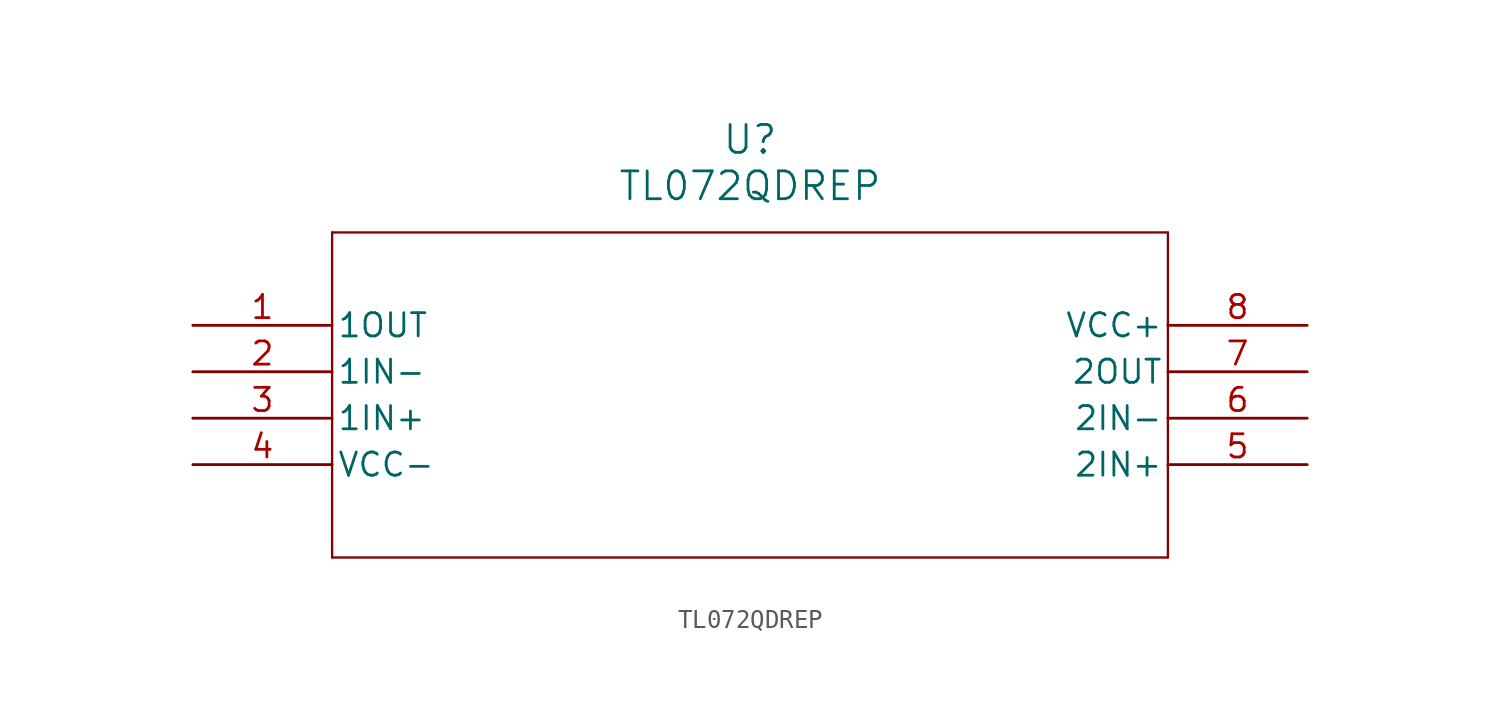
<source format=kicad_sym>
(kicad_symbol_lib
  (version 20211014)
  (generator kicad_symbol_editor)
  (symbol "TL072QDREP"
    (pin_names
      (offset 0.254))
    (property "Reference" "U"
      (at 30.48 10.16 0)
      (effects (font (size 1.524 1.524))))
    (property "Value" "TL072QDREP"
      (at 30.48 7.62 0)
      (effects (font (size 1.524 1.524))))
    (symbol "TL072QDREP_0_1"
      (polyline (pts (xy 7.62 5.08) (xy 7.62 -12.7)) (stroke (width 0.127) (type default) (color 0 0 0 0)) (fill (type none)))
      (polyline (pts (xy 7.62 -12.7) (xy 53.34 -12.7)) (stroke (width 0.127) (type default) (color 0 0 0 0)) (fill (type none)))
      (polyline (pts (xy 53.34 -12.7) (xy 53.34 5.08)) (stroke (width 0.127) (type default) (color 0 0 0 0)) (fill (type none)))
      (polyline (pts (xy 53.34 5.08) (xy 7.62 5.08)) (stroke (width 0.127) (type default) (color 0 0 0 0)) (fill (type none)))
      (pin output line (at 0 0 0) (length 7.62) (name "1OUT" (effects (font (size 1.27 1.27)))) (number "1" (effects (font (size 1.27 1.27)))))
      (pin input line (at 0 -2.54 0) (length 7.62) (name "1IN-" (effects (font (size 1.27 1.27)))) (number "2" (effects (font (size 1.27 1.27)))))
      (pin input line (at 0 -5.08 0) (length 7.62) (name "1IN+" (effects (font (size 1.27 1.27)))) (number "3" (effects (font (size 1.27 1.27)))))
      (pin power_in line (at 0 -7.62 0) (length 7.62) (name "VCC-" (effects (font (size 1.27 1.27)))) (number "4" (effects (font (size 1.27 1.27)))))
      (pin input line (at 60.96 -7.62 180) (length 7.62) (name "2IN+" (effects (font (size 1.27 1.27)))) (number "5" (effects (font (size 1.27 1.27)))))
      (pin input line (at 60.96 -5.08 180) (length 7.62) (name "2IN-" (effects (font (size 1.27 1.27)))) (number "6" (effects (font (size 1.27 1.27)))))
      (pin output line (at 60.96 -2.54 180) (length 7.62) (name "2OUT" (effects (font (size 1.27 1.27)))) (number "7" (effects (font (size 1.27 1.27)))))
      (pin power_in line (at 60.96 0 180) (length 7.62) (name "VCC+" (effects (font (size 1.27 1.27)))) (number "8" (effects (font (size 1.27 1.27))))))))
</source>
